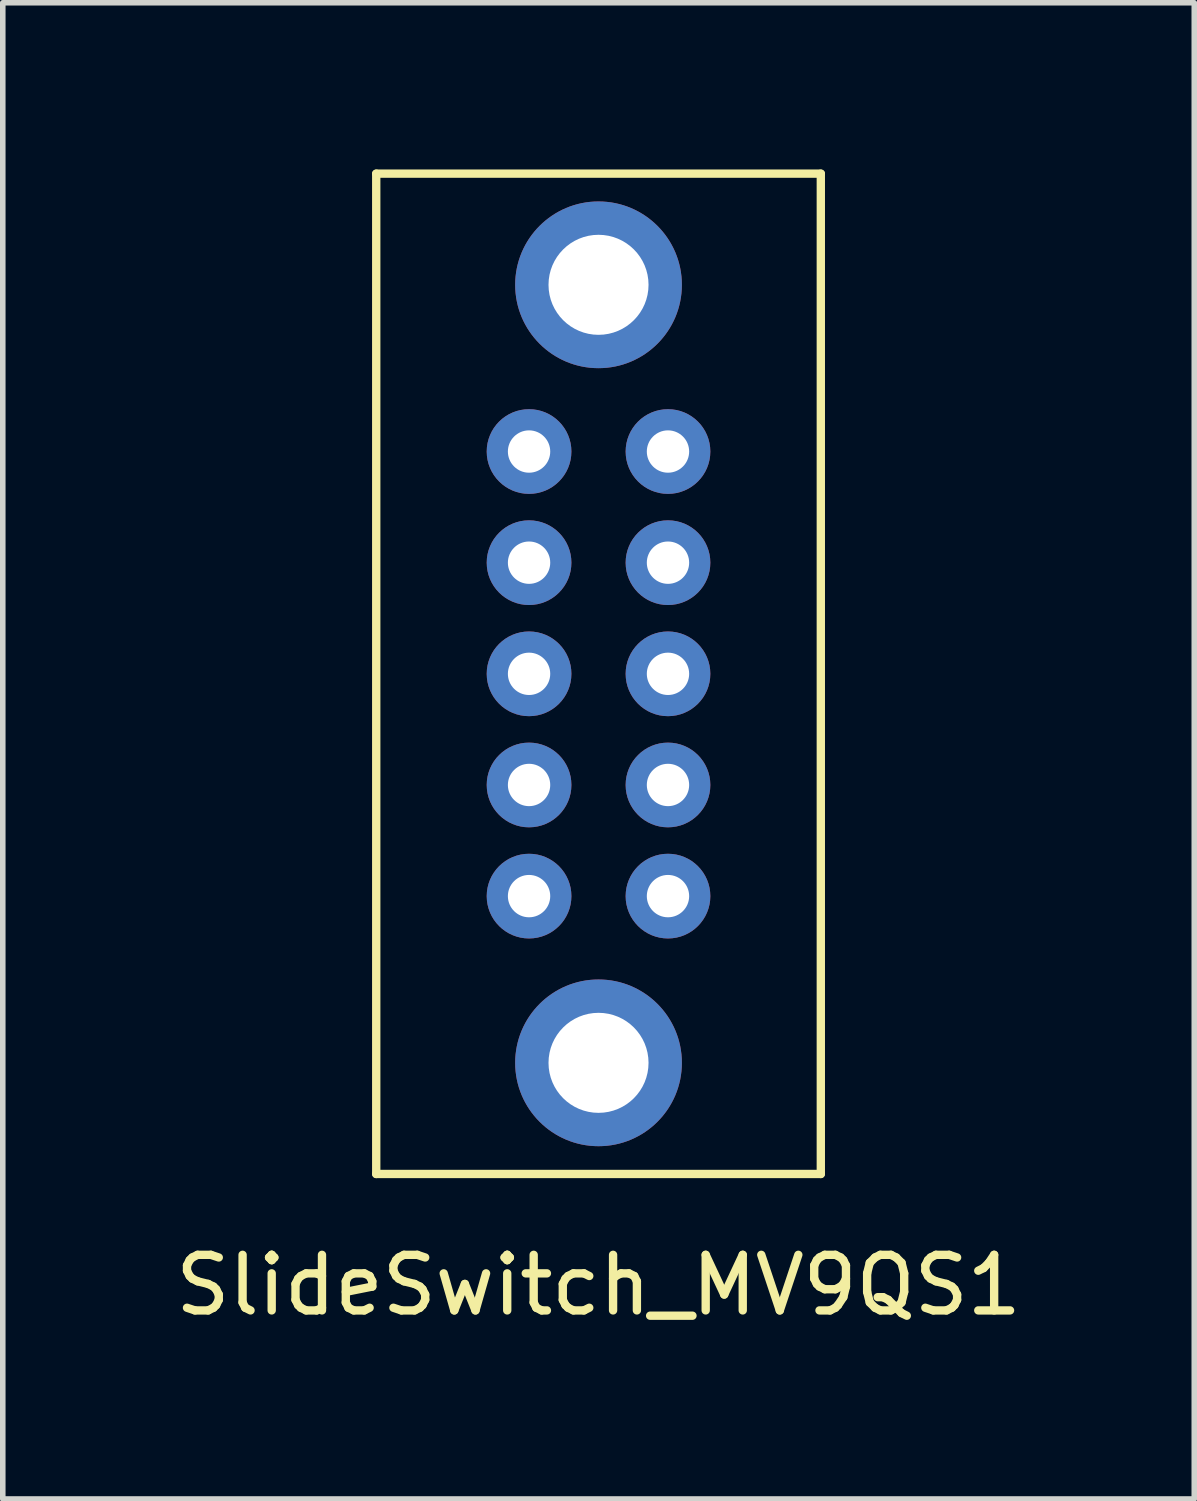
<source format=kicad_pcb>
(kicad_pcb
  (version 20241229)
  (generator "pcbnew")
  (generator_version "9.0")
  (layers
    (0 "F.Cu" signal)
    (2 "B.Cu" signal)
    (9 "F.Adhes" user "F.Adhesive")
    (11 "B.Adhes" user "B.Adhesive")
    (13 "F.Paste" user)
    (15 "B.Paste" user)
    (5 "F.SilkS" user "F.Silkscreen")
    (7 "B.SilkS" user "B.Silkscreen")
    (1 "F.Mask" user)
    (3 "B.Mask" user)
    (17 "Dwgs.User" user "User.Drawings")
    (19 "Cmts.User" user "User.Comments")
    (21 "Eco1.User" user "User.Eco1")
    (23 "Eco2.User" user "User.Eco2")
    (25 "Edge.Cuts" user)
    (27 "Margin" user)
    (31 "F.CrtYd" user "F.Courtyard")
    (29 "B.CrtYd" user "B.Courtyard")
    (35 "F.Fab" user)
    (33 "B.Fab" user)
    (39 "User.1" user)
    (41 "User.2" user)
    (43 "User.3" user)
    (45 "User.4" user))
  (footprint "SlideSwitch_MV9QS1"
    (layer "F.Cu")
    (at 7.72 16.075)
    (property "Reference" "SlideSwitch_MV9QS1" (at 0 4 0) (layer "F.SilkS") (effects (font (size 1 1) (thickness 0.15))))
    (attr through_hole)
    (fp_line (start -4 -16) (end -4 2) (stroke (width 0.15) (type solid)) (layer "F.SilkS"))
    (fp_line (start -4 -16) (end 4 -16) (stroke (width 0.15) (type solid)) (layer "F.SilkS"))
    (fp_line (start -4 2) (end 4 2) (stroke (width 0.15) (type solid)) (layer "F.SilkS"))
    (fp_line (start 4 -16) (end 4 2) (stroke (width 0.15) (type solid)) (layer "F.SilkS"))
    (pad "" np_thru_hole circle (at 0 -14) (size 3 3) (drill 1.8) (layers "*.Cu" "*.Mask"))
    (pad "" np_thru_hole circle (at 0 0) (size 3 3) (drill 1.8) (layers "*.Cu" "*.Mask"))
    (pad "1" thru_hole circle (at -1.25 -3) (size 1.524 1.524) (drill 0.762) (layers "*.Cu" "*.Mask"))
    (pad "2" thru_hole circle (at -1.25 -5) (size 1.524 1.524) (drill 0.762) (layers "*.Cu" "*.Mask"))
    (pad "3" thru_hole circle (at -1.25 -7) (size 1.524 1.524) (drill 0.762) (layers "*.Cu" "*.Mask"))
    (pad "4" thru_hole circle (at -1.25 -9) (size 1.524 1.524) (drill 0.762) (layers "*.Cu" "*.Mask"))
    (pad "5" thru_hole circle (at -1.25 -11) (size 1.524 1.524) (drill 0.762) (layers "*.Cu" "*.Mask"))
    (pad "6" thru_hole circle (at 1.25 -3) (size 1.524 1.524) (drill 0.762) (layers "*.Cu" "*.Mask"))
    (pad "7" thru_hole circle (at 1.25 -5) (size 1.524 1.524) (drill 0.762) (layers "*.Cu" "*.Mask"))
    (pad "8" thru_hole circle (at 1.25 -7) (size 1.524 1.524) (drill 0.762) (layers "*.Cu" "*.Mask"))
    (pad "9" thru_hole circle (at 1.25 -9) (size 1.524 1.524) (drill 0.762) (layers "*.Cu" "*.Mask"))
    (pad "10" thru_hole circle (at 1.25 -11) (size 1.524 1.524) (drill 0.762) (layers "*.Cu" "*.Mask")))
  (gr_rect
    (start -3 -3)
    (end 18.44 23.923)
    (stroke (width 0.1) (type default))
    (fill no)
    (layer "Edge.Cuts")))
</source>
